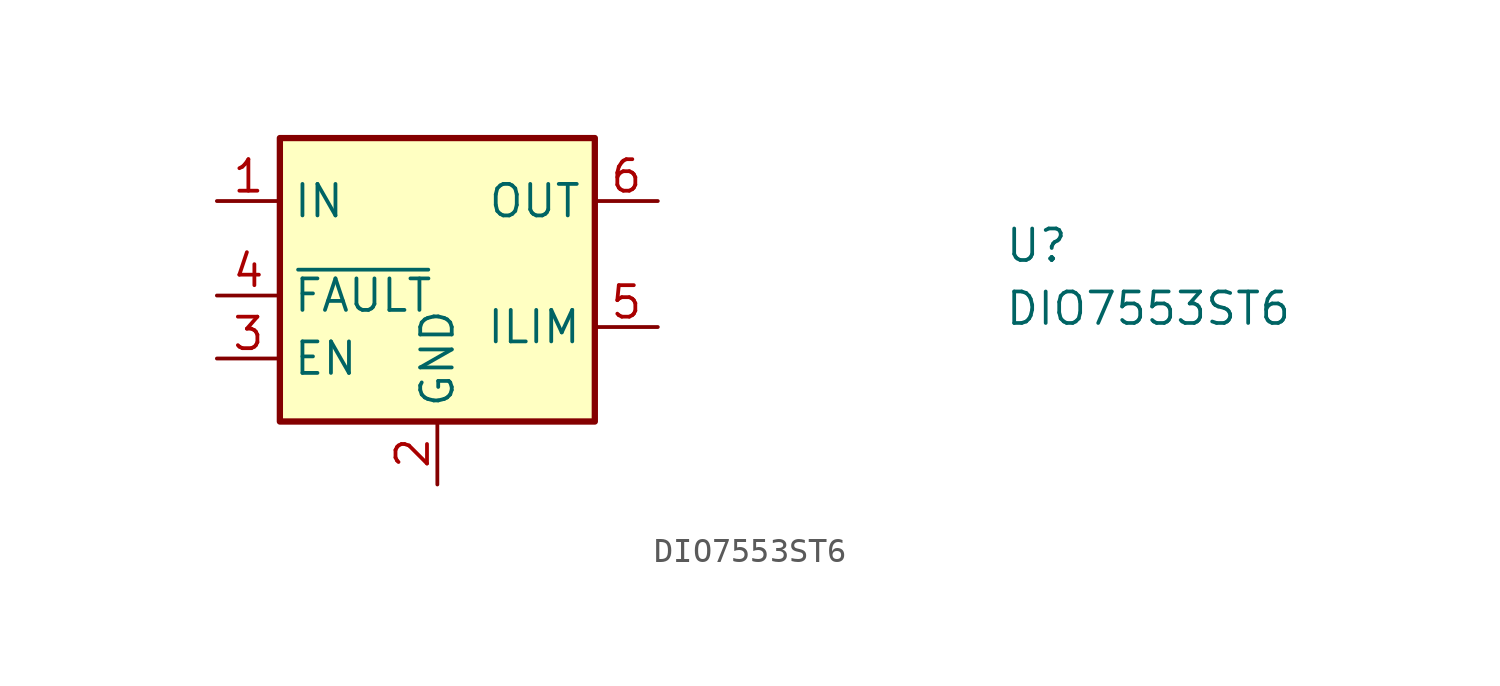
<source format=kicad_sym>
(kicad_symbol_lib
  (version 20211014)
  (generator kicad_symbol_editor)
  (symbol "DIO7553ST6"
    (property "Reference" "U"
      (at 31.75 -2.54 0)
      (effects (font (size 1.27 1.27) (thickness 0.15)) (justify left bottom)))
    (property "Value" "DIO7553ST6"
      (at 31.75 -5.08 0)
      (effects (font (size 1.27 1.27) (thickness 0.15)) (justify left bottom)))
    (symbol "DIO7553ST6_1_1"
      (rectangle (start 2.54 2.54) (end 15.24 -8.89) (stroke (width 0.254) (type default) (color 0 0 0 0)) (fill (type background)))
      (pin power_in line (at 0 0 0) (length 2.54) (name "IN" (effects (font (size 1.27 1.27)))) (number "1" (effects (font (size 1.27 1.27)))))
      (pin power_in line (at 8.89 -11.43 90) (length 2.54) (name "GND" (effects (font (size 1.27 1.27)))) (number "2" (effects (font (size 1.27 1.27)))))
      (pin input line (at 0 -6.35 0) (length 2.54) (name "EN" (effects (font (size 1.27 1.27)))) (number "3" (effects (font (size 1.27 1.27)))))
      (pin output line (at 0 -3.81 0) (length 2.54) (name "~{FAULT}" (effects (font (size 1.27 1.27)))) (number "4" (effects (font (size 1.27 1.27)))))
      (pin passive line (at 17.78 -5.08 180) (length 2.54) (name "ILIM" (effects (font (size 1.27 1.27)))) (number "5" (effects (font (size 1.27 1.27)))))
      (pin power_out line (at 17.78 0 180) (length 2.54) (name "OUT" (effects (font (size 1.27 1.27)))) (number "6" (effects (font (size 1.27 1.27))))))))
</source>
